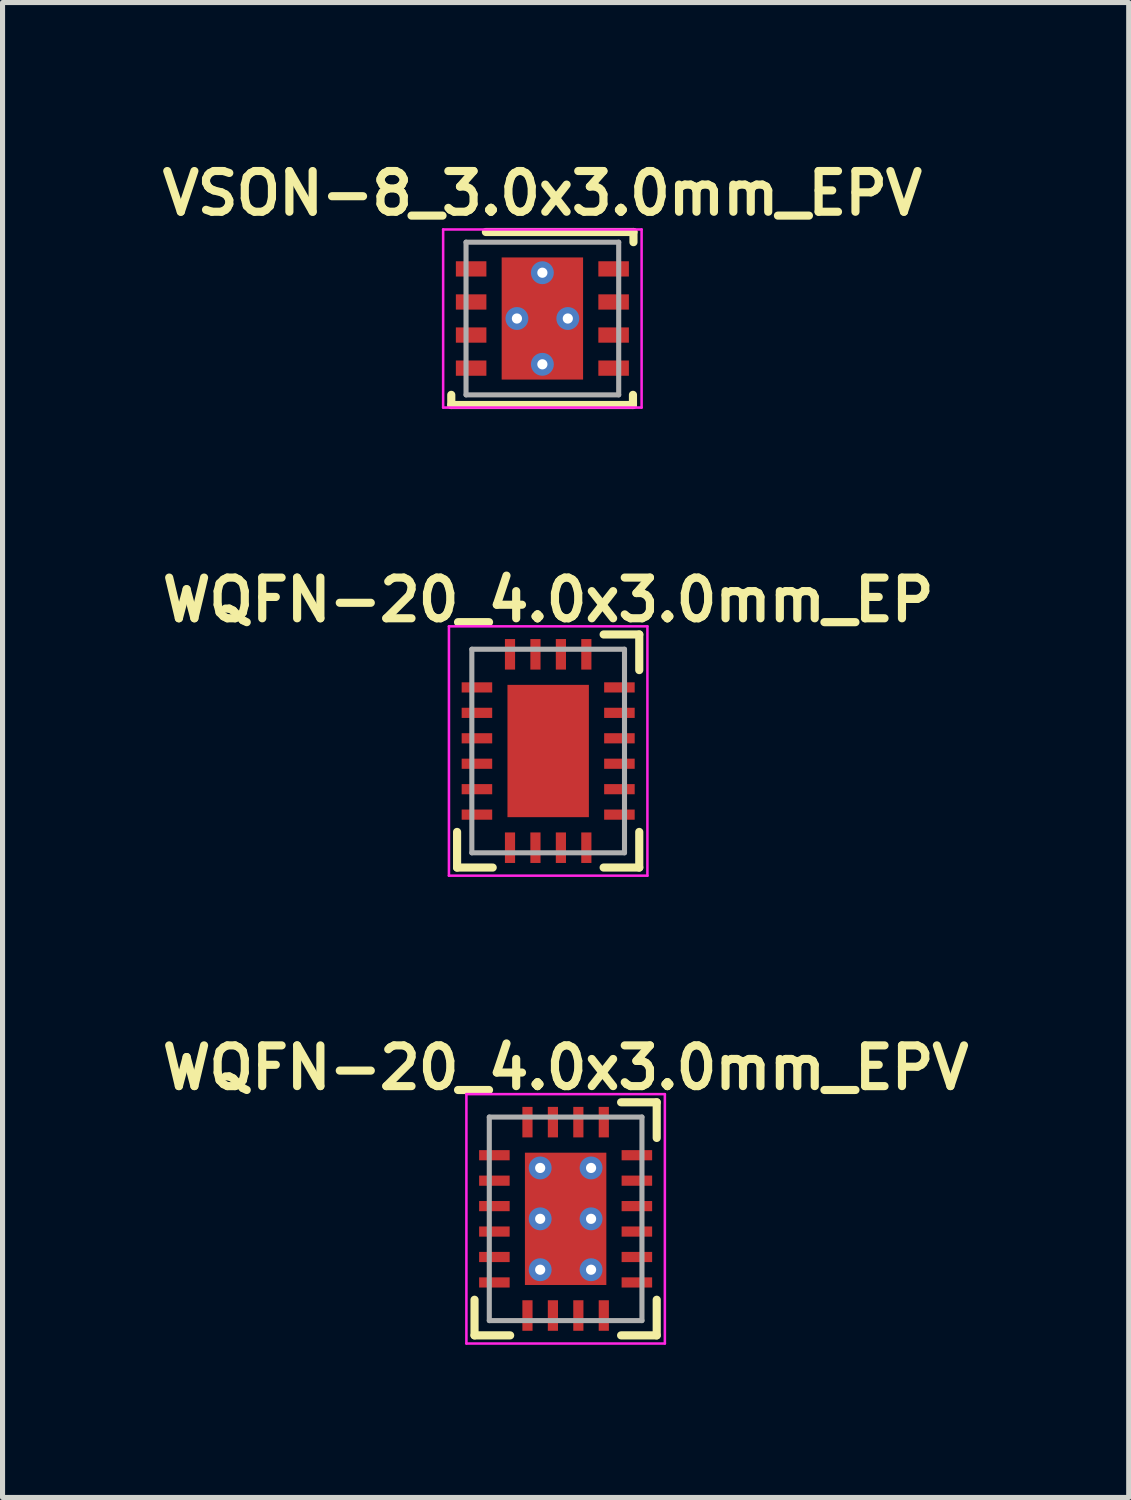
<source format=kicad_pcb>
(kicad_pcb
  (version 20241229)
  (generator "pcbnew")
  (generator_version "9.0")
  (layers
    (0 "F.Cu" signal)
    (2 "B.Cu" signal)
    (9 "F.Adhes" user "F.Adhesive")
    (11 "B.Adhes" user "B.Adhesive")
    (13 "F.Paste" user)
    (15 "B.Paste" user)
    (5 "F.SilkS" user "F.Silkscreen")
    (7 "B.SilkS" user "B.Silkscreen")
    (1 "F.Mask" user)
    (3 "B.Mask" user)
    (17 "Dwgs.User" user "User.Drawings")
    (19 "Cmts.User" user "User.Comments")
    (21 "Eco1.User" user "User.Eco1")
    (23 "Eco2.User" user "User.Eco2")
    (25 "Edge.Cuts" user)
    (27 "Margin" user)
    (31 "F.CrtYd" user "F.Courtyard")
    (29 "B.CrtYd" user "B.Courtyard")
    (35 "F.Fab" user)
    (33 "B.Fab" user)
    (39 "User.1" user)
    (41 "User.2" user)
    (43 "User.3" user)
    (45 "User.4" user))
  (footprint "VSON-8_3.0x3.0mm_EPV"
    (layer "F.Cu")
    (at 7.608 3.209)
    (property "Reference" "VSON-8_3.0x3.0mm_EPV" (at 0 -2.46 0) (layer "F.SilkS") (effects (font (size 0.8 0.8) (thickness 0.16))))
    (attr through_hole)
    (fp_line (start -1.79 1.7) (end -1.79 1.5) (stroke (width 0.16) (type solid)) (layer "F.SilkS"))
    (fp_line (start -1.11 -1.7) (end 1.79 -1.7) (stroke (width 0.16) (type solid)) (layer "F.SilkS"))
    (fp_line (start 1.78 1.7) (end -1.79 1.7) (stroke (width 0.16) (type solid)) (layer "F.SilkS"))
    (fp_line (start 1.78 1.7) (end 1.78 1.5) (stroke (width 0.16) (type solid)) (layer "F.SilkS"))
    (fp_line (start 1.79 -1.5) (end 1.79 -1.7) (stroke (width 0.16) (type solid)) (layer "F.SilkS"))
    (fp_line (start -1.95 -1.75) (end -1.95 1.75) (stroke (width 0.05) (type solid)) (layer "F.CrtYd"))
    (fp_line (start 1.95 -1.75) (end -1.95 -1.75) (stroke (width 0.05) (type solid)) (layer "F.CrtYd"))
    (fp_line (start 1.95 -1.75) (end 1.95 1.75) (stroke (width 0.05) (type solid)) (layer "F.CrtYd"))
    (fp_line (start 1.95 1.75) (end -1.95 1.75) (stroke (width 0.05) (type solid)) (layer "F.CrtYd"))
    (fp_line (start -1.5 -1.5) (end 1.5 -1.5) (stroke (width 0.1) (type solid)) (layer "F.Fab"))
    (fp_line (start -1.5 1.5) (end -1.5 -1.5) (stroke (width 0.1) (type solid)) (layer "F.Fab"))
    (fp_line (start 1.5 -1.5) (end 1.5 1.5) (stroke (width 0.1) (type solid)) (layer "F.Fab"))
    (fp_line (start 1.5 1.5) (end -1.5 1.5) (stroke (width 0.1) (type solid)) (layer "F.Fab"))
    (pad "" smd rect (at 0 -0.635) (size 1.47 1.07) (layers "F.Paste"))
    (pad "" smd rect (at 0 0.635) (size 1.47 1.07) (layers "F.Paste"))
    (pad "1" smd rect (at -1.4 -0.975) (size 0.6 0.3) (layers "F.Cu" "F.Mask" "F.Paste"))
    (pad "2" smd rect (at -1.4 -0.325) (size 0.6 0.3) (layers "F.Cu" "F.Mask" "F.Paste"))
    (pad "3" smd rect (at -1.4 0.325) (size 0.6 0.3) (layers "F.Cu" "F.Mask" "F.Paste"))
    (pad "4" smd rect (at -1.4 0.975) (size 0.6 0.3) (layers "F.Cu" "F.Mask" "F.Paste"))
    (pad "5" smd rect (at 1.4 0.975) (size 0.6 0.3) (layers "F.Cu" "F.Mask" "F.Paste"))
    (pad "6" smd rect (at 1.4 0.325) (size 0.6 0.3) (layers "F.Cu" "F.Mask" "F.Paste"))
    (pad "7" smd rect (at 1.4 -0.325) (size 0.6 0.3) (layers "F.Cu" "F.Mask" "F.Paste"))
    (pad "8" smd rect (at 1.4 -0.975) (size 0.6 0.3) (layers "F.Cu" "F.Mask" "F.Paste"))
    (pad "9" thru_hole circle (at -0.5 0) (size 0.45 0.45) (drill 0.2) (layers "*.Cu"))
    (pad "9" thru_hole circle (at 0 -0.9) (size 0.45 0.45) (drill 0.2) (layers "*.Cu"))
    (pad "9" smd rect (at 0 0) (size 1.6 2.4) (layers "F.Cu" "F.Mask"))
    (pad "9" thru_hole circle (at 0 0.9) (size 0.45 0.45) (drill 0.2) (layers "*.Cu"))
    (pad "9" thru_hole circle (at 0.5 0) (size 0.45 0.45) (drill 0.2) (layers "*.Cu")))
  (footprint "WQFN-20_4.0x3.0mm_EP"
    (layer "F.Cu")
    (at 7.722 11.708)
    (property "Reference" "WQFN-20_4.0x3.0mm_EP" (at 0 -2.97 0) (layer "F.SilkS") (effects (font (size 0.8 0.8) (thickness 0.16))))
    (attr through_hole)
    (fp_line (start -1.79 2.29) (end -1.79 1.59) (stroke (width 0.16) (type solid)) (layer "F.SilkS"))
    (fp_line (start -1.09 2.29) (end -1.79 2.29) (stroke (width 0.16) (type solid)) (layer "F.SilkS"))
    (fp_line (start 1.09 -2.29) (end 1.79 -2.29) (stroke (width 0.16) (type solid)) (layer "F.SilkS"))
    (fp_line (start 1.79 -2.29) (end 1.79 -1.59) (stroke (width 0.16) (type solid)) (layer "F.SilkS"))
    (fp_line (start 1.79 1.59) (end 1.79 2.29) (stroke (width 0.16) (type solid)) (layer "F.SilkS"))
    (fp_line (start 1.79 2.29) (end 1.09 2.29) (stroke (width 0.16) (type solid)) (layer "F.SilkS"))
    (fp_line (start -1.95 -2.45) (end 1.95 -2.45) (stroke (width 0.05) (type solid)) (layer "F.CrtYd"))
    (fp_line (start -1.95 2.45) (end -1.95 -2.45) (stroke (width 0.05) (type solid)) (layer "F.CrtYd"))
    (fp_line (start 1.95 -2.45) (end 1.95 2.45) (stroke (width 0.05) (type solid)) (layer "F.CrtYd"))
    (fp_line (start 1.95 2.45) (end -1.95 2.45) (stroke (width 0.05) (type solid)) (layer "F.CrtYd"))
    (fp_line (start -1.5 -2) (end 1.5 -2) (stroke (width 0.1) (type solid)) (layer "F.Fab"))
    (fp_line (start -1.5 2) (end -1.5 -2) (stroke (width 0.1) (type solid)) (layer "F.Fab"))
    (fp_line (start 1.5 -2) (end 1.5 2) (stroke (width 0.1) (type solid)) (layer "F.Fab"))
    (fp_line (start 1.5 2) (end -1.5 2) (stroke (width 0.1) (type solid)) (layer "F.Fab"))
    (pad "" smd rect (at 0 -0.675) (size 1.47 1.15) (layers "F.Paste"))
    (pad "" smd rect (at 0 0.675) (size 1.47 1.15) (layers "F.Paste"))
    (pad "1" smd rect (at -1.4 -1.25) (size 0.6 0.2) (layers "F.Cu" "F.Mask" "F.Paste"))
    (pad "2" smd rect (at -1.4 -0.75) (size 0.6 0.2) (layers "F.Cu" "F.Mask" "F.Paste"))
    (pad "3" smd rect (at -1.4 -0.25) (size 0.6 0.2) (layers "F.Cu" "F.Mask" "F.Paste"))
    (pad "4" smd rect (at -1.4 0.25) (size 0.6 0.2) (layers "F.Cu" "F.Mask" "F.Paste"))
    (pad "5" smd rect (at -1.4 0.75) (size 0.6 0.2) (layers "F.Cu" "F.Mask" "F.Paste"))
    (pad "6" smd rect (at -1.4 1.25) (size 0.6 0.2) (layers "F.Cu" "F.Mask" "F.Paste"))
    (pad "7" smd rect (at -0.75 1.9 90) (size 0.6 0.2) (layers "F.Cu" "F.Mask" "F.Paste"))
    (pad "8" smd rect (at -0.25 1.9 90) (size 0.6 0.2) (layers "F.Cu" "F.Mask" "F.Paste"))
    (pad "9" smd rect (at 0.25 1.9 90) (size 0.6 0.2) (layers "F.Cu" "F.Mask" "F.Paste"))
    (pad "10" smd rect (at 0.75 1.9 90) (size 0.6 0.2) (layers "F.Cu" "F.Mask" "F.Paste"))
    (pad "11" smd rect (at 1.4 1.25) (size 0.6 0.2) (layers "F.Cu" "F.Mask" "F.Paste"))
    (pad "12" smd rect (at 1.4 0.75) (size 0.6 0.2) (layers "F.Cu" "F.Mask" "F.Paste"))
    (pad "13" smd rect (at 1.4 0.25) (size 0.6 0.2) (layers "F.Cu" "F.Mask" "F.Paste"))
    (pad "14" smd rect (at 1.4 -0.25) (size 0.6 0.2) (layers "F.Cu" "F.Mask" "F.Paste"))
    (pad "15" smd rect (at 1.4 -0.75) (size 0.6 0.2) (layers "F.Cu" "F.Mask" "F.Paste"))
    (pad "16" smd rect (at 1.4 -1.25) (size 0.6 0.2) (layers "F.Cu" "F.Mask" "F.Paste"))
    (pad "17" smd rect (at 0.75 -1.9 90) (size 0.6 0.2) (layers "F.Cu" "F.Mask" "F.Paste"))
    (pad "18" smd rect (at 0.25 -1.9 90) (size 0.6 0.2) (layers "F.Cu" "F.Mask" "F.Paste"))
    (pad "19" smd rect (at -0.25 -1.9 90) (size 0.6 0.2) (layers "F.Cu" "F.Mask" "F.Paste"))
    (pad "20" smd rect (at -0.75 -1.9 90) (size 0.6 0.2) (layers "F.Cu" "F.Mask" "F.Paste"))
    (pad "21" smd rect (at 0 0) (size 1.6 2.6) (layers "F.Cu" "F.Mask")))
  (footprint "WQFN-20_4.0x3.0mm_EPV"
    (layer "F.Cu")
    (at 8.065 20.901)
    (property "Reference" "WQFN-20_4.0x3.0mm_EPV" (at 0 -2.97 0) (layer "F.SilkS") (effects (font (size 0.8 0.8) (thickness 0.16))))
    (attr through_hole)
    (fp_line (start -1.79 2.29) (end -1.79 1.59) (stroke (width 0.16) (type solid)) (layer "F.SilkS"))
    (fp_line (start -1.09 2.29) (end -1.79 2.29) (stroke (width 0.16) (type solid)) (layer "F.SilkS"))
    (fp_line (start 1.09 -2.29) (end 1.79 -2.29) (stroke (width 0.16) (type solid)) (layer "F.SilkS"))
    (fp_line (start 1.79 -2.29) (end 1.79 -1.59) (stroke (width 0.16) (type solid)) (layer "F.SilkS"))
    (fp_line (start 1.79 1.59) (end 1.79 2.29) (stroke (width 0.16) (type solid)) (layer "F.SilkS"))
    (fp_line (start 1.79 2.29) (end 1.09 2.29) (stroke (width 0.16) (type solid)) (layer "F.SilkS"))
    (fp_line (start -1.95 -2.45) (end 1.95 -2.45) (stroke (width 0.05) (type solid)) (layer "F.CrtYd"))
    (fp_line (start -1.95 2.45) (end -1.95 -2.45) (stroke (width 0.05) (type solid)) (layer "F.CrtYd"))
    (fp_line (start 1.95 -2.45) (end 1.95 2.45) (stroke (width 0.05) (type solid)) (layer "F.CrtYd"))
    (fp_line (start 1.95 2.45) (end -1.95 2.45) (stroke (width 0.05) (type solid)) (layer "F.CrtYd"))
    (fp_line (start -1.5 -2) (end 1.5 -2) (stroke (width 0.1) (type solid)) (layer "F.Fab"))
    (fp_line (start -1.5 2) (end -1.5 -2) (stroke (width 0.1) (type solid)) (layer "F.Fab"))
    (fp_line (start 1.5 -2) (end 1.5 2) (stroke (width 0.1) (type solid)) (layer "F.Fab"))
    (fp_line (start 1.5 2) (end -1.5 2) (stroke (width 0.1) (type solid)) (layer "F.Fab"))
    (pad "" smd rect (at 0 -0.675) (size 1.47 1.15) (layers "F.Paste"))
    (pad "" smd rect (at 0 0.675) (size 1.47 1.15) (layers "F.Paste"))
    (pad "1" smd rect (at -1.4 -1.25) (size 0.6 0.2) (layers "F.Cu" "F.Mask" "F.Paste"))
    (pad "2" smd rect (at -1.4 -0.75) (size 0.6 0.2) (layers "F.Cu" "F.Mask" "F.Paste"))
    (pad "3" smd rect (at -1.4 -0.25) (size 0.6 0.2) (layers "F.Cu" "F.Mask" "F.Paste"))
    (pad "4" smd rect (at -1.4 0.25) (size 0.6 0.2) (layers "F.Cu" "F.Mask" "F.Paste"))
    (pad "5" smd rect (at -1.4 0.75) (size 0.6 0.2) (layers "F.Cu" "F.Mask" "F.Paste"))
    (pad "6" smd rect (at -1.4 1.25) (size 0.6 0.2) (layers "F.Cu" "F.Mask" "F.Paste"))
    (pad "7" smd rect (at -0.75 1.9 90) (size 0.6 0.2) (layers "F.Cu" "F.Mask" "F.Paste"))
    (pad "8" smd rect (at -0.25 1.9 90) (size 0.6 0.2) (layers "F.Cu" "F.Mask" "F.Paste"))
    (pad "9" smd rect (at 0.25 1.9 90) (size 0.6 0.2) (layers "F.Cu" "F.Mask" "F.Paste"))
    (pad "10" smd rect (at 0.75 1.9 90) (size 0.6 0.2) (layers "F.Cu" "F.Mask" "F.Paste"))
    (pad "11" smd rect (at 1.4 1.25) (size 0.6 0.2) (layers "F.Cu" "F.Mask" "F.Paste"))
    (pad "12" smd rect (at 1.4 0.75) (size 0.6 0.2) (layers "F.Cu" "F.Mask" "F.Paste"))
    (pad "13" smd rect (at 1.4 0.25) (size 0.6 0.2) (layers "F.Cu" "F.Mask" "F.Paste"))
    (pad "14" smd rect (at 1.4 -0.25) (size 0.6 0.2) (layers "F.Cu" "F.Mask" "F.Paste"))
    (pad "15" smd rect (at 1.4 -0.75) (size 0.6 0.2) (layers "F.Cu" "F.Mask" "F.Paste"))
    (pad "16" smd rect (at 1.4 -1.25) (size 0.6 0.2) (layers "F.Cu" "F.Mask" "F.Paste"))
    (pad "17" smd rect (at 0.75 -1.9 90) (size 0.6 0.2) (layers "F.Cu" "F.Mask" "F.Paste"))
    (pad "18" smd rect (at 0.25 -1.9 90) (size 0.6 0.2) (layers "F.Cu" "F.Mask" "F.Paste"))
    (pad "19" smd rect (at -0.25 -1.9 90) (size 0.6 0.2) (layers "F.Cu" "F.Mask" "F.Paste"))
    (pad "20" smd rect (at -0.75 -1.9 90) (size 0.6 0.2) (layers "F.Cu" "F.Mask" "F.Paste"))
    (pad "21" thru_hole circle (at -0.5 -1) (size 0.45 0.45) (drill 0.2) (layers "*.Cu"))
    (pad "21" thru_hole circle (at -0.5 0) (size 0.45 0.45) (drill 0.2) (layers "*.Cu"))
    (pad "21" thru_hole circle (at -0.5 1) (size 0.45 0.45) (drill 0.2) (layers "*.Cu"))
    (pad "21" smd rect (at 0 0) (size 1.6 2.6) (layers "F.Cu" "F.Mask"))
    (pad "21" thru_hole circle (at 0.5 -1) (size 0.45 0.45) (drill 0.2) (layers "*.Cu"))
    (pad "21" thru_hole circle (at 0.5 0) (size 0.45 0.45) (drill 0.2) (layers "*.Cu"))
    (pad "21" thru_hole circle (at 0.5 1) (size 0.45 0.45) (drill 0.2) (layers "*.Cu")))
  (gr_rect
    (start -3 -3)
    (end 19.13 26.376)
    (stroke (width 0.1) (type default))
    (fill no)
    (layer "Edge.Cuts")))
</source>
